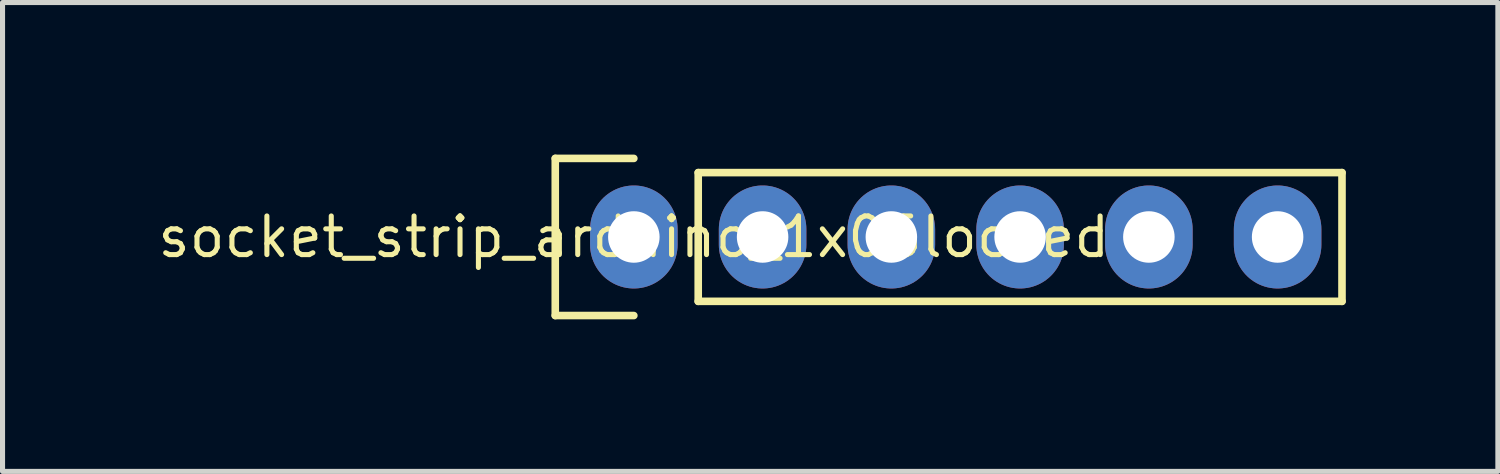
<source format=kicad_pcb>
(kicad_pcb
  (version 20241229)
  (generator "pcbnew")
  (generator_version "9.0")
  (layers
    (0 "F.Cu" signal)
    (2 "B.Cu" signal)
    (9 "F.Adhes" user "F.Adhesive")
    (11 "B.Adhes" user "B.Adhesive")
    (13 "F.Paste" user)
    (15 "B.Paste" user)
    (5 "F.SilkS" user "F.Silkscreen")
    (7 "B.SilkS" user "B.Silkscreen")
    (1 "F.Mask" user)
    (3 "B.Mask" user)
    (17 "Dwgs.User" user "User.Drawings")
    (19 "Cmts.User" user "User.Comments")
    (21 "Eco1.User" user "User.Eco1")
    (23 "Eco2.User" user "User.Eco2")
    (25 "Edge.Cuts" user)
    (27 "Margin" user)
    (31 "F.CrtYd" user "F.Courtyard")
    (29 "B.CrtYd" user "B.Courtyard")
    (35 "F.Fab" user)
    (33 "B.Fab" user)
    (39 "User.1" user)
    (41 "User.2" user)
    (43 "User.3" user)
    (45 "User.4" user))
  (footprint "socket_strip_arduino_1x06locked"
    (layer "F.Cu")
    (at 9.454 1.625)
    (property "Reference" "socket_strip_arduino_1x06locked" (at 0 0 0) (layer "F.SilkS") (effects (font (size 0.762 0.762) (thickness 0.1))))
    (attr through_hole)
    (fp_poly (pts (xy 1.014 -0.152) (xy 0.994 -0.35) (xy 0.936 -0.54) (xy 0.843 -0.716) (xy 0.717 -0.869) (xy 0.563 -0.995) (xy 0.388 -1.089) (xy 0.198 -1.147) (xy 0 -1.166) (xy -0.198 -1.147) (xy -0.388 -1.089) (xy -0.563 -0.995) (xy -0.717 -0.869) (xy -0.843 -0.716) (xy -0.936 -0.54) (xy -0.994 -0.35) (xy -1.014 -0.152) (xy -1.014 0.152) (xy -0.994 0.35) (xy -0.936 0.54) (xy -0.843 0.716) (xy -0.717 0.869) (xy -0.563 0.995) (xy -0.388 1.089) (xy -0.198 1.147) (xy 0 1.166) (xy 0.198 1.147) (xy 0.388 1.089) (xy 0.563 0.995) (xy 0.717 0.869) (xy 0.843 0.716) (xy 0.936 0.54) (xy 0.994 0.35) (xy 1.014 0.152)) (stroke (width 0) (type solid)) (fill yes) (layer "F.Mask"))
    (fp_poly (pts (xy 3.554 -0.152) (xy 3.534 -0.35) (xy 3.476 -0.54) (xy 3.383 -0.716) (xy 3.257 -0.869) (xy 3.103 -0.995) (xy 2.928 -1.089) (xy 2.738 -1.147) (xy 2.54 -1.166) (xy 2.342 -1.147) (xy 2.152 -1.089) (xy 1.977 -0.995) (xy 1.823 -0.869) (xy 1.697 -0.716) (xy 1.604 -0.54) (xy 1.546 -0.35) (xy 1.526 -0.152) (xy 1.526 0.152) (xy 1.546 0.35) (xy 1.604 0.54) (xy 1.697 0.716) (xy 1.823 0.869) (xy 1.977 0.995) (xy 2.152 1.089) (xy 2.342 1.147) (xy 2.54 1.166) (xy 2.738 1.147) (xy 2.928 1.089) (xy 3.103 0.995) (xy 3.257 0.869) (xy 3.383 0.716) (xy 3.476 0.54) (xy 3.534 0.35) (xy 3.554 0.152)) (stroke (width 0) (type solid)) (fill yes) (layer "F.Mask"))
    (fp_poly (pts (xy 6.094 -0.152) (xy 6.074 -0.35) (xy 6.016 -0.54) (xy 5.923 -0.716) (xy 5.797 -0.869) (xy 5.643 -0.995) (xy 5.468 -1.089) (xy 5.278 -1.147) (xy 5.08 -1.166) (xy 4.882 -1.147) (xy 4.692 -1.089) (xy 4.517 -0.995) (xy 4.363 -0.869) (xy 4.237 -0.716) (xy 4.144 -0.54) (xy 4.086 -0.35) (xy 4.066 -0.152) (xy 4.066 0.152) (xy 4.086 0.35) (xy 4.144 0.54) (xy 4.237 0.716) (xy 4.363 0.869) (xy 4.517 0.995) (xy 4.692 1.089) (xy 4.882 1.147) (xy 5.08 1.166) (xy 5.278 1.147) (xy 5.468 1.089) (xy 5.643 0.995) (xy 5.797 0.869) (xy 5.923 0.716) (xy 6.016 0.54) (xy 6.074 0.35) (xy 6.094 0.152)) (stroke (width 0) (type solid)) (fill yes) (layer "F.Mask"))
    (fp_poly (pts (xy 8.634 -0.152) (xy 8.614 -0.35) (xy 8.556 -0.54) (xy 8.463 -0.716) (xy 8.337 -0.869) (xy 8.183 -0.995) (xy 8.008 -1.089) (xy 7.818 -1.147) (xy 7.62 -1.166) (xy 7.422 -1.147) (xy 7.232 -1.089) (xy 7.057 -0.995) (xy 6.903 -0.869) (xy 6.777 -0.716) (xy 6.684 -0.54) (xy 6.626 -0.35) (xy 6.606 -0.152) (xy 6.606 0.152) (xy 6.626 0.35) (xy 6.684 0.54) (xy 6.777 0.716) (xy 6.903 0.869) (xy 7.057 0.995) (xy 7.232 1.089) (xy 7.422 1.147) (xy 7.62 1.166) (xy 7.818 1.147) (xy 8.008 1.089) (xy 8.183 0.995) (xy 8.337 0.869) (xy 8.463 0.716) (xy 8.556 0.54) (xy 8.614 0.35) (xy 8.634 0.152)) (stroke (width 0) (type solid)) (fill yes) (layer "F.Mask"))
    (fp_poly (pts (xy 11.174 -0.152) (xy 11.154 -0.35) (xy 11.096 -0.54) (xy 11.003 -0.716) (xy 10.877 -0.869) (xy 10.723 -0.995) (xy 10.548 -1.089) (xy 10.358 -1.147) (xy 10.16 -1.166) (xy 9.962 -1.147) (xy 9.772 -1.089) (xy 9.597 -0.995) (xy 9.443 -0.869) (xy 9.317 -0.716) (xy 9.224 -0.54) (xy 9.166 -0.35) (xy 9.146 -0.152) (xy 9.146 0.152) (xy 9.166 0.35) (xy 9.224 0.54) (xy 9.317 0.716) (xy 9.443 0.869) (xy 9.597 0.995) (xy 9.772 1.089) (xy 9.962 1.147) (xy 10.16 1.166) (xy 10.358 1.147) (xy 10.548 1.089) (xy 10.723 0.995) (xy 10.877 0.869) (xy 11.003 0.716) (xy 11.096 0.54) (xy 11.154 0.35) (xy 11.174 0.152)) (stroke (width 0) (type solid)) (fill yes) (layer "F.Mask"))
    (fp_poly (pts (xy 13.714 -0.152) (xy 13.694 -0.35) (xy 13.636 -0.54) (xy 13.543 -0.716) (xy 13.417 -0.869) (xy 13.263 -0.995) (xy 13.088 -1.089) (xy 12.898 -1.147) (xy 12.7 -1.166) (xy 12.502 -1.147) (xy 12.312 -1.089) (xy 12.137 -0.995) (xy 11.983 -0.869) (xy 11.857 -0.716) (xy 11.764 -0.54) (xy 11.706 -0.35) (xy 11.686 -0.152) (xy 11.686 0.152) (xy 11.706 0.35) (xy 11.764 0.54) (xy 11.857 0.716) (xy 11.983 0.869) (xy 12.137 0.995) (xy 12.312 1.089) (xy 12.502 1.147) (xy 12.7 1.166) (xy 12.898 1.147) (xy 13.088 1.089) (xy 13.263 0.995) (xy 13.417 0.869) (xy 13.543 0.716) (xy 13.636 0.54) (xy 13.694 0.35) (xy 13.714 0.152)) (stroke (width 0) (type solid)) (fill yes) (layer "F.Mask"))
    (fp_poly (pts (xy 1.014 -0.152) (xy 0.994 -0.35) (xy 0.936 -0.54) (xy 0.843 -0.716) (xy 0.717 -0.869) (xy 0.563 -0.995) (xy 0.388 -1.089) (xy 0.198 -1.147) (xy 0 -1.166) (xy -0.198 -1.147) (xy -0.388 -1.089) (xy -0.563 -0.995) (xy -0.717 -0.869) (xy -0.843 -0.716) (xy -0.936 -0.54) (xy -0.994 -0.35) (xy -1.014 -0.152) (xy -1.014 0.152) (xy -0.994 0.35) (xy -0.936 0.54) (xy -0.843 0.716) (xy -0.717 0.869) (xy -0.563 0.995) (xy -0.388 1.089) (xy -0.198 1.147) (xy 0 1.166) (xy 0.198 1.147) (xy 0.388 1.089) (xy 0.563 0.995) (xy 0.717 0.869) (xy 0.843 0.716) (xy 0.936 0.54) (xy 0.994 0.35) (xy 1.014 0.152)) (stroke (width 0) (type solid)) (fill yes) (layer "B.Mask"))
    (fp_poly (pts (xy 3.554 -0.152) (xy 3.534 -0.35) (xy 3.476 -0.54) (xy 3.383 -0.716) (xy 3.257 -0.869) (xy 3.103 -0.995) (xy 2.928 -1.089) (xy 2.738 -1.147) (xy 2.54 -1.166) (xy 2.342 -1.147) (xy 2.152 -1.089) (xy 1.977 -0.995) (xy 1.823 -0.869) (xy 1.697 -0.716) (xy 1.604 -0.54) (xy 1.546 -0.35) (xy 1.526 -0.152) (xy 1.526 0.152) (xy 1.546 0.35) (xy 1.604 0.54) (xy 1.697 0.716) (xy 1.823 0.869) (xy 1.977 0.995) (xy 2.152 1.089) (xy 2.342 1.147) (xy 2.54 1.166) (xy 2.738 1.147) (xy 2.928 1.089) (xy 3.103 0.995) (xy 3.257 0.869) (xy 3.383 0.716) (xy 3.476 0.54) (xy 3.534 0.35) (xy 3.554 0.152)) (stroke (width 0) (type solid)) (fill yes) (layer "B.Mask"))
    (fp_poly (pts (xy 6.094 -0.152) (xy 6.074 -0.35) (xy 6.016 -0.54) (xy 5.923 -0.716) (xy 5.797 -0.869) (xy 5.643 -0.995) (xy 5.468 -1.089) (xy 5.278 -1.147) (xy 5.08 -1.166) (xy 4.882 -1.147) (xy 4.692 -1.089) (xy 4.517 -0.995) (xy 4.363 -0.869) (xy 4.237 -0.716) (xy 4.144 -0.54) (xy 4.086 -0.35) (xy 4.066 -0.152) (xy 4.066 0.152) (xy 4.086 0.35) (xy 4.144 0.54) (xy 4.237 0.716) (xy 4.363 0.869) (xy 4.517 0.995) (xy 4.692 1.089) (xy 4.882 1.147) (xy 5.08 1.166) (xy 5.278 1.147) (xy 5.468 1.089) (xy 5.643 0.995) (xy 5.797 0.869) (xy 5.923 0.716) (xy 6.016 0.54) (xy 6.074 0.35) (xy 6.094 0.152)) (stroke (width 0) (type solid)) (fill yes) (layer "B.Mask"))
    (fp_poly (pts (xy 8.634 -0.152) (xy 8.614 -0.35) (xy 8.556 -0.54) (xy 8.463 -0.716) (xy 8.337 -0.869) (xy 8.183 -0.995) (xy 8.008 -1.089) (xy 7.818 -1.147) (xy 7.62 -1.166) (xy 7.422 -1.147) (xy 7.232 -1.089) (xy 7.057 -0.995) (xy 6.903 -0.869) (xy 6.777 -0.716) (xy 6.684 -0.54) (xy 6.626 -0.35) (xy 6.606 -0.152) (xy 6.606 0.152) (xy 6.626 0.35) (xy 6.684 0.54) (xy 6.777 0.716) (xy 6.903 0.869) (xy 7.057 0.995) (xy 7.232 1.089) (xy 7.422 1.147) (xy 7.62 1.166) (xy 7.818 1.147) (xy 8.008 1.089) (xy 8.183 0.995) (xy 8.337 0.869) (xy 8.463 0.716) (xy 8.556 0.54) (xy 8.614 0.35) (xy 8.634 0.152)) (stroke (width 0) (type solid)) (fill yes) (layer "B.Mask"))
    (fp_poly (pts (xy 11.174 -0.152) (xy 11.154 -0.35) (xy 11.096 -0.54) (xy 11.003 -0.716) (xy 10.877 -0.869) (xy 10.723 -0.995) (xy 10.548 -1.089) (xy 10.358 -1.147) (xy 10.16 -1.166) (xy 9.962 -1.147) (xy 9.772 -1.089) (xy 9.597 -0.995) (xy 9.443 -0.869) (xy 9.317 -0.716) (xy 9.224 -0.54) (xy 9.166 -0.35) (xy 9.146 -0.152) (xy 9.146 0.152) (xy 9.166 0.35) (xy 9.224 0.54) (xy 9.317 0.716) (xy 9.443 0.869) (xy 9.597 0.995) (xy 9.772 1.089) (xy 9.962 1.147) (xy 10.16 1.166) (xy 10.358 1.147) (xy 10.548 1.089) (xy 10.723 0.995) (xy 10.877 0.869) (xy 11.003 0.716) (xy 11.096 0.54) (xy 11.154 0.35) (xy 11.174 0.152)) (stroke (width 0) (type solid)) (fill yes) (layer "B.Mask"))
    (fp_poly (pts (xy 13.714 -0.152) (xy 13.694 -0.35) (xy 13.636 -0.54) (xy 13.543 -0.716) (xy 13.417 -0.869) (xy 13.263 -0.995) (xy 13.088 -1.089) (xy 12.898 -1.147) (xy 12.7 -1.166) (xy 12.502 -1.147) (xy 12.312 -1.089) (xy 12.137 -0.995) (xy 11.983 -0.869) (xy 11.857 -0.716) (xy 11.764 -0.54) (xy 11.706 -0.35) (xy 11.686 -0.152) (xy 11.686 0.152) (xy 11.706 0.35) (xy 11.764 0.54) (xy 11.857 0.716) (xy 11.983 0.869) (xy 12.137 0.995) (xy 12.312 1.089) (xy 12.502 1.147) (xy 12.7 1.166) (xy 12.898 1.147) (xy 13.088 1.089) (xy 13.263 0.995) (xy 13.417 0.869) (xy 13.543 0.716) (xy 13.636 0.54) (xy 13.694 0.35) (xy 13.714 0.152)) (stroke (width 0) (type solid)) (fill yes) (layer "B.Mask"))
    (fp_line (start -1.55 -1.55) (end -1.55 1.55) (stroke (width 0.15) (type solid)) (layer "F.SilkS"))
    (fp_line (start -1.55 1.55) (end 0 1.55) (stroke (width 0.15) (type solid)) (layer "F.SilkS"))
    (fp_line (start 0 -1.55) (end -1.55 -1.55) (stroke (width 0.15) (type solid)) (layer "F.SilkS"))
    (fp_line (start 1.27 1.27) (end 1.27 -1.27) (stroke (width 0.15) (type solid)) (layer "F.SilkS"))
    (fp_line (start 1.27 1.27) (end 13.97 1.27) (stroke (width 0.15) (type solid)) (layer "F.SilkS"))
    (fp_line (start 13.97 -1.27) (end 1.27 -1.27) (stroke (width 0.15) (type solid)) (layer "F.SilkS"))
    (fp_line (start 13.97 1.27) (end 13.97 -1.27) (stroke (width 0.15) (type solid)) (layer "F.SilkS"))
    (pad "1" thru_hole oval (at 0 0) (size 1.727 2.032) (drill 1.016) (layers "*.Cu"))
    (pad "2" thru_hole oval (at 2.54 0) (size 1.727 2.032) (drill 1.016) (layers "*.Cu"))
    (pad "3" thru_hole oval (at 5.08 0) (size 1.727 2.032) (drill 1.016) (layers "*.Cu"))
    (pad "4" thru_hole oval (at 7.62 0) (size 1.727 2.032) (drill 1.016) (layers "*.Cu"))
    (pad "5" thru_hole oval (at 10.16 0) (size 1.727 2.032) (drill 1.016) (layers "*.Cu"))
    (pad "6" thru_hole oval (at 12.7 0) (size 1.727 2.032) (drill 1.016) (layers "*.Cu")))
  (gr_rect
    (start -3 -3)
    (end 26.499 6.25)
    (stroke (width 0.1) (type default))
    (fill no)
    (layer "Edge.Cuts")))
</source>
